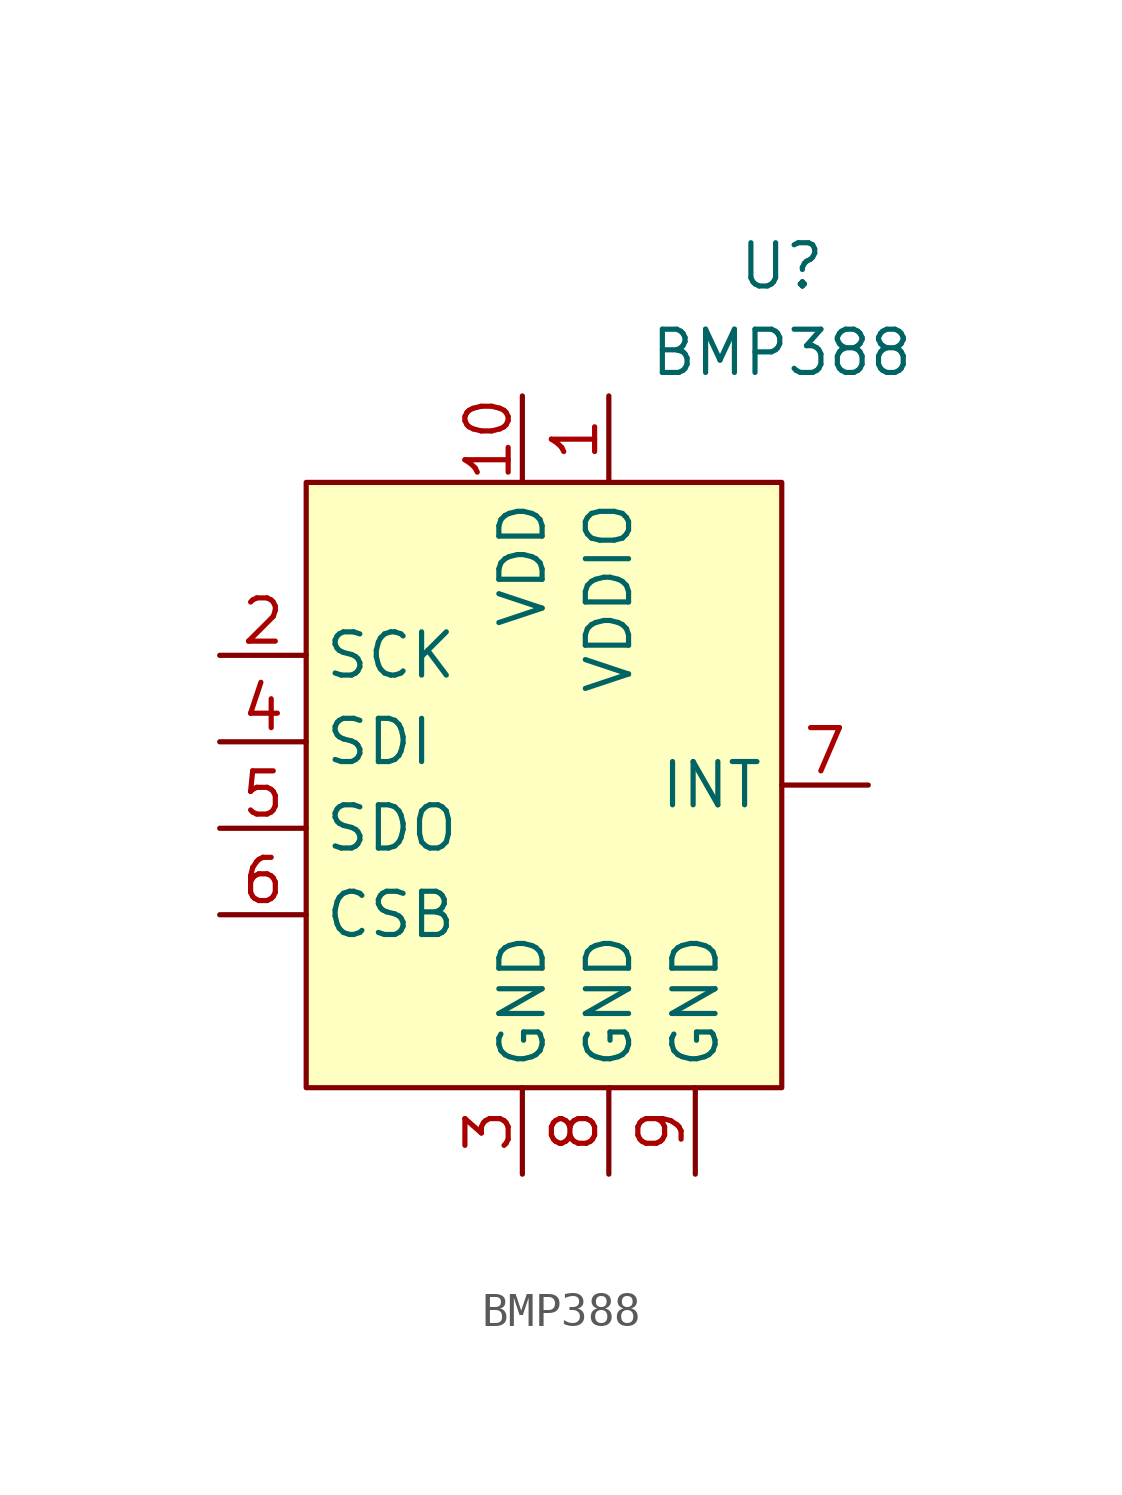
<source format=kicad_sym>
(kicad_symbol_lib
  (version 20211014)
  (generator kicad_symbol_editor)
  (symbol "BMP388"
    (property "Reference" "U"
      (at 6.35 3.81 0)
      (effects (font (size 1.27 1.27))))
    (property "Value" "BMP388"
      (at 6.35 1.27 0)
      (effects (font (size 1.27 1.27))))
    (symbol "BMP388_0_1"
      (rectangle (start -7.62 -2.54) (end 6.35 -20.32) (stroke (width 0) (type default) (color 0 0 0 0)) (fill (type background))))
    (symbol "BMP388_1_1"
      (pin power_in line (at 1.27 0 270) (length 2.54) (name "VDDIO" (effects (font (size 1.27 1.27)))) (number "1" (effects (font (size 1.27 1.27)))))
      (pin power_in line (at -1.27 0 270) (length 2.54) (name "VDD" (effects (font (size 1.27 1.27)))) (number "10" (effects (font (size 1.27 1.27)))))
      (pin input line (at -10.16 -7.62 0) (length 2.54) (name "SCK" (effects (font (size 1.27 1.27)))) (number "2" (effects (font (size 1.27 1.27)))))
      (pin power_in line (at -1.27 -22.86 90) (length 2.54) (name "GND" (effects (font (size 1.27 1.27)))) (number "3" (effects (font (size 1.27 1.27)))))
      (pin bidirectional line (at -10.16 -10.16 0) (length 2.54) (name "SDI" (effects (font (size 1.27 1.27)))) (number "4" (effects (font (size 1.27 1.27)))))
      (pin input line (at -10.16 -12.7 0) (length 2.54) (name "SDO" (effects (font (size 1.27 1.27)))) (number "5" (effects (font (size 1.27 1.27)))))
      (pin input line (at -10.16 -15.24 0) (length 2.54) (name "CSB" (effects (font (size 1.27 1.27)))) (number "6" (effects (font (size 1.27 1.27)))))
      (pin output line (at 8.89 -11.43 180) (length 2.54) (name "INT" (effects (font (size 1.27 1.27)))) (number "7" (effects (font (size 1.27 1.27)))))
      (pin power_in line (at 1.27 -22.86 90) (length 2.54) (name "GND" (effects (font (size 1.27 1.27)))) (number "8" (effects (font (size 1.27 1.27)))))
      (pin power_in line (at 3.81 -22.86 90) (length 2.54) (name "GND" (effects (font (size 1.27 1.27)))) (number "9" (effects (font (size 1.27 1.27))))))))
</source>
